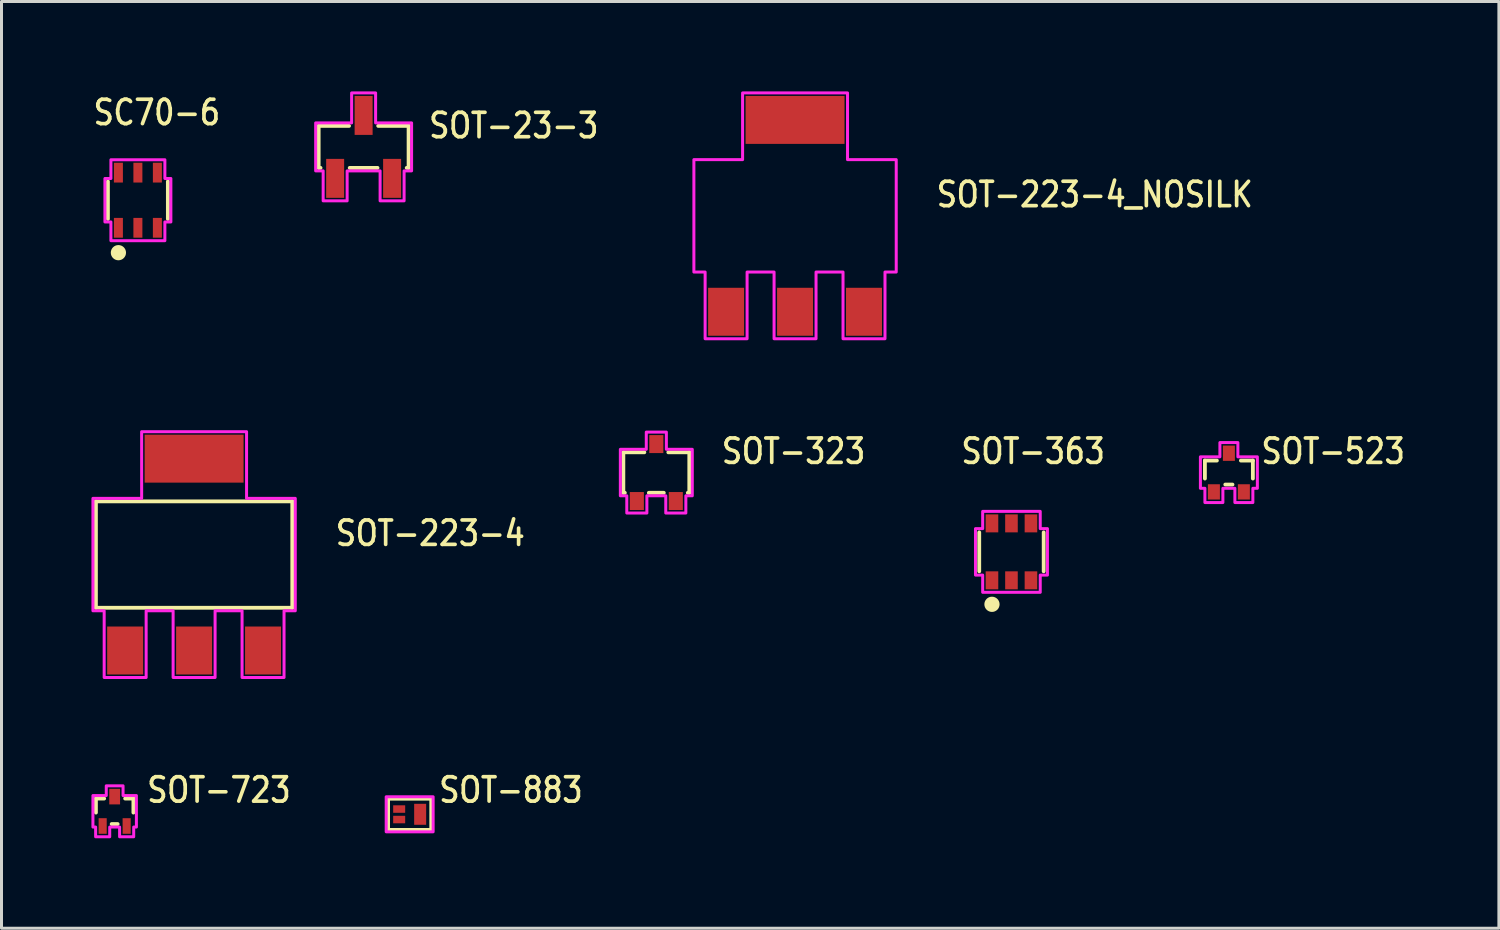
<source format=kicad_pcb>
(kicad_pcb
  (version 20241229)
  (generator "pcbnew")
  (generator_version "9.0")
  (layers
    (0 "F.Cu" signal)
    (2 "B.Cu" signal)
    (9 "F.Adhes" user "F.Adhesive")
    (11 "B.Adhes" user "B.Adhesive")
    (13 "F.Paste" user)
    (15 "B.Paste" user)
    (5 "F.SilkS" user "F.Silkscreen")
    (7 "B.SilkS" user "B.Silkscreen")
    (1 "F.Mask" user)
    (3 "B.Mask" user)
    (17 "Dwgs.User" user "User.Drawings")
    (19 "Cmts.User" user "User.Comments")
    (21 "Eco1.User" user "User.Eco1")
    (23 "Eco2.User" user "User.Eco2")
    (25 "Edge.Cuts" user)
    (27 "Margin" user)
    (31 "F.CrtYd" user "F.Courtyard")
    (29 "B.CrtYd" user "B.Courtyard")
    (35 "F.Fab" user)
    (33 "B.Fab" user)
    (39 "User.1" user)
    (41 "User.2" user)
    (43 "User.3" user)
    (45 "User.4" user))
  (footprint "SOT-323"
    (layer "F.Cu")
    (at 18.844 12.714)
    (property "Reference" "SOT-323" (at 2.115 -0.235 0) (unlocked yes) (layer "F.SilkS") (effects (font (size 0.813 0.695) (thickness 0.122)) (justify left bottom)))
    (fp_line (start -1.1 -0.675) (end -1.1 0.675) (stroke (width 0.127) (type solid)) (layer "F.SilkS"))
    (fp_line (start -1.1 0.675) (end -1.05 0.675) (stroke (width 0.127) (type solid)) (layer "F.SilkS"))
    (fp_line (start -0.4 -0.675) (end -1.1 -0.675) (stroke (width 0.127) (type solid)) (layer "F.SilkS"))
    (fp_line (start -0.25 0.675) (end 0.25 0.675) (stroke (width 0.127) (type solid)) (layer "F.SilkS"))
    (fp_line (start 0.4 -0.675) (end 1.1 -0.675) (stroke (width 0.127) (type solid)) (layer "F.SilkS"))
    (fp_line (start 1.05 0.675) (end 1.1 0.675) (stroke (width 0.127) (type solid)) (layer "F.SilkS"))
    (fp_line (start 1.1 -0.675) (end 1.1 0.675) (stroke (width 0.127) (type solid)) (layer "F.SilkS"))
    (fp_poly (pts (xy -0.335 -0.775) (xy -0.335 -1.35) (xy 0.335 -1.35) (xy 0.335 -0.775) (xy 1.2 -0.775) (xy 1.2 0.775) (xy 0.985 0.775) (xy 0.985 1.35) (xy 0.315 1.35) (xy 0.315 0.775) (xy -0.315 0.775) (xy -0.315 1.35) (xy -0.985 1.35) (xy -0.985 0.775) (xy -1.2 0.775) (xy -1.2 -0.775)) (stroke (width 0.1) (type solid)) (fill no) (layer "F.CrtYd"))
    (pad "1" smd rect (at -0.65 0.95) (size 0.47 0.6) (layers "F.Cu" "F.Mask" "F.Paste"))
    (pad "2" smd rect (at 0.65 0.95) (size 0.47 0.6) (layers "F.Cu" "F.Mask" "F.Paste"))
    (pad "3" smd rect (at 0 -0.95) (size 0.47 0.6) (layers "F.Cu" "F.Mask" "F.Paste")))
  (footprint "SOT-23-3"
    (layer "F.Cu")
    (at 9.08 1.85)
    (property "Reference" "SOT-23-3" (at 2.115 -0.235 0) (unlocked yes) (layer "F.SilkS") (effects (font (size 0.813 0.695) (thickness 0.122)) (justify left bottom)))
    (fp_line (start -1.5 -0.7) (end -1.5 0.7) (stroke (width 0.127) (type solid)) (layer "F.SilkS"))
    (fp_line (start -1.5 0.7) (end -1.437 0.7) (stroke (width 0.127) (type solid)) (layer "F.SilkS"))
    (fp_line (start -0.486 -0.7) (end -1.5 -0.7) (stroke (width 0.127) (type solid)) (layer "F.SilkS"))
    (fp_line (start -0.464 0.7) (end 0.464 0.7) (stroke (width 0.127) (type solid)) (layer "F.SilkS"))
    (fp_line (start 0.486 -0.7) (end 1.5 -0.7) (stroke (width 0.127) (type solid)) (layer "F.SilkS"))
    (fp_line (start 1.437 0.7) (end 1.5 0.7) (stroke (width 0.127) (type solid)) (layer "F.SilkS"))
    (fp_line (start 1.5 -0.7) (end 1.5 0.7) (stroke (width 0.127) (type solid)) (layer "F.SilkS"))
    (fp_poly (pts (xy -0.4 -0.8) (xy -0.4 -1.8) (xy 0.4 -1.8) (xy 0.4 -0.8) (xy 1.6 -0.8) (xy 1.6 0.8) (xy 1.35 0.8) (xy 1.35 1.8) (xy 0.55 1.8) (xy 0.55 0.8) (xy -0.55 0.8) (xy -0.55 1.8) (xy -1.35 1.8) (xy -1.35 0.8) (xy -1.6 0.8) (xy -1.6 -0.8)) (stroke (width 0.1) (type solid)) (fill no) (layer "F.CrtYd"))
    (pad "1" smd rect (at -0.95 1.05) (size 0.6 1.3) (layers "F.Cu" "F.Mask" "F.Paste"))
    (pad "2" smd rect (at 0.95 1.05) (size 0.6 1.3) (layers "F.Cu" "F.Mask" "F.Paste"))
    (pad "3" smd rect (at 0 -1.05) (size 0.6 1.3) (layers "F.Cu" "F.Mask" "F.Paste")))
  (footprint "SOT-723"
    (layer "F.Cu")
    (at 0.775 24.014)
    (property "Reference" "SOT-723" (at 1.015 -0.235 0) (unlocked yes) (layer "F.SilkS") (effects (font (size 0.813 0.695) (thickness 0.122)) (justify left bottom)))
    (fp_line (start -0.625 -0.425) (end -0.625 0.043) (stroke (width 0.127) (type solid)) (layer "F.SilkS"))
    (fp_line (start -0.35 -0.425) (end -0.625 -0.425) (stroke (width 0.127) (type solid)) (layer "F.SilkS"))
    (fp_line (start -0.1 0.425) (end 0.1 0.425) (stroke (width 0.127) (type solid)) (layer "F.SilkS"))
    (fp_line (start 0.35 -0.425) (end 0.625 -0.425) (stroke (width 0.127) (type solid)) (layer "F.SilkS"))
    (fp_line (start 0.625 -0.425) (end 0.625 0.043) (stroke (width 0.127) (type solid)) (layer "F.SilkS"))
    (fp_poly (pts (xy -0.28 -0.525) (xy -0.28 -0.85) (xy 0.28 -0.85) (xy 0.28 -0.525) (xy 0.725 -0.525) (xy 0.725 0.525) (xy 0.635 0.525) (xy 0.635 0.85) (xy 0.165 0.85) (xy 0.165 0.525) (xy -0.165 0.525) (xy -0.165 0.85) (xy -0.635 0.85) (xy -0.635 0.525) (xy -0.725 0.525) (xy -0.725 -0.525)) (stroke (width 0.1) (type solid)) (fill no) (layer "F.CrtYd"))
    (pad "1" smd rect (at -0.4 0.49) (size 0.27 0.52) (layers "F.Cu" "F.Mask" "F.Paste"))
    (pad "2" smd rect (at 0.4 0.49) (size 0.27 0.52) (layers "F.Cu" "F.Mask" "F.Paste"))
    (pad "3" smd rect (at 0 -0.49) (size 0.36 0.52) (layers "F.Cu" "F.Mask" "F.Paste")))
  (footprint "SOT-883"
    (layer "F.Cu")
    (at 10.616 24.114)
    (property "Reference" "SOT-883" (at 0.915 -0.335 0) (unlocked yes) (layer "F.SilkS") (effects (font (size 0.813 0.695) (thickness 0.122)) (justify left bottom)))
    (fp_line (start -0.72 -0.52) (end -0.72 0.52) (stroke (width 0.127) (type solid)) (layer "F.SilkS"))
    (fp_line (start -0.72 0.52) (end 0.72 0.52) (stroke (width 0.127) (type solid)) (layer "F.SilkS"))
    (fp_line (start 0.72 -0.52) (end -0.72 -0.52) (stroke (width 0.127) (type solid)) (layer "F.SilkS"))
    (fp_line (start 0.72 -0.52) (end 0.72 0.52) (stroke (width 0.127) (type solid)) (layer "F.SilkS"))
    (fp_poly (pts (xy 0.783 -0.584) (xy 0.783 0.584) (xy -0.783 0.584) (xy -0.783 -0.584)) (stroke (width 0.1) (type solid)) (fill no) (layer "F.CrtYd"))
    (pad "1" smd rect (at -0.35 -0.175) (size 0.4 0.25) (layers "F.Cu" "F.Mask" "F.Paste"))
    (pad "2" smd rect (at -0.35 0.175) (size 0.4 0.25) (layers "F.Cu" "F.Mask" "F.Paste"))
    (pad "3" smd rect (at 0.35 0) (size 0.4 0.7) (layers "F.Cu" "F.Mask" "F.Paste")))
  (footprint "SOT-223-4"
    (layer "F.Cu")
    (at 3.425 15.45)
    (property "Reference" "SOT-223-4" (at 4.655 -0.235 0) (unlocked yes) (layer "F.SilkS") (effects (font (size 0.813 0.695) (thickness 0.122)) (justify left bottom)))
    (fp_line (start -3.275 -1.775) (end -3.275 1.775) (stroke (width 0.127) (type solid)) (layer "F.SilkS"))
    (fp_line (start -3.275 1.775) (end 3.275 1.775) (stroke (width 0.127) (type solid)) (layer "F.SilkS"))
    (fp_line (start 3.275 -1.775) (end -3.275 -1.775) (stroke (width 0.127) (type solid)) (layer "F.SilkS"))
    (fp_line (start 3.275 -1.775) (end 3.275 1.775) (stroke (width 0.127) (type solid)) (layer "F.SilkS"))
    (fp_poly (pts (xy -1.75 -1.875) (xy -1.75 -4.1) (xy 1.75 -4.1) (xy 1.75 -1.875) (xy 3.375 -1.875) (xy 3.375 1.875) (xy 3 1.875) (xy 3 4.1) (xy 1.6 4.1) (xy 1.6 1.875) (xy 0.7 1.875) (xy 0.7 4.1) (xy -0.7 4.1) (xy -0.7 1.875) (xy -1.6 1.875) (xy -1.6 4.1) (xy -3 4.1) (xy -3 1.875) (xy -3.375 1.875) (xy -3.375 -1.875)) (stroke (width 0.1) (type solid)) (fill no) (layer "F.CrtYd"))
    (pad "1" smd rect (at -2.3 3.2) (size 1.2 1.6) (layers "F.Cu" "F.Mask" "F.Paste"))
    (pad "2" smd rect (at 0 3.2) (size 1.2 1.6) (layers "F.Cu" "F.Mask" "F.Paste"))
    (pad "3" smd rect (at 2.3 3.2) (size 1.2 1.6) (layers "F.Cu" "F.Mask" "F.Paste"))
    (pad "4" smd rect (at 0 -3.2) (size 3.3 1.6) (layers "F.Cu" "F.Mask" "F.Paste")))
  (footprint "SOT-223-4_NOSILK"
    (layer "F.Cu")
    (at 23.472 4.15)
    (property "Reference" "SOT-223-4_NOSILK" (at 4.655 -0.235 0) (unlocked yes) (layer "F.SilkS") (effects (font (size 0.813 0.695) (thickness 0.122)) (justify left bottom)))
    (fp_poly (pts (xy -1.75 -1.875) (xy -1.75 -4.1) (xy 1.75 -4.1) (xy 1.75 -1.875) (xy 3.375 -1.875) (xy 3.375 1.875) (xy 3 1.875) (xy 3 4.1) (xy 1.6 4.1) (xy 1.6 1.875) (xy 0.7 1.875) (xy 0.7 4.1) (xy -0.7 4.1) (xy -0.7 1.875) (xy -1.6 1.875) (xy -1.6 4.1) (xy -3 4.1) (xy -3 1.875) (xy -3.375 1.875) (xy -3.375 -1.875)) (stroke (width 0.1) (type solid)) (fill no) (layer "F.CrtYd"))
    (pad "1" smd rect (at -2.3 3.2) (size 1.2 1.6) (layers "F.Cu" "F.Mask" "F.Paste"))
    (pad "2" smd rect (at 0 3.2) (size 1.2 1.6) (layers "F.Cu" "F.Mask" "F.Paste"))
    (pad "3" smd rect (at 2.3 3.2) (size 1.2 1.6) (layers "F.Cu" "F.Mask" "F.Paste"))
    (pad "4" smd rect (at 0 -3.2) (size 3.3 1.6) (layers "F.Cu" "F.Mask" "F.Paste")))
  (footprint "SOT-363"
    (layer "F.Cu")
    (at 30.691 15.359)
    (property "Reference" "SOT-363" (at -1.74 -2.88 0) (unlocked yes) (layer "F.SilkS") (effects (font (size 0.813 0.695) (thickness 0.122)) (justify left bottom)))
    (fp_line (start -1.075 -0.65) (end -1.075 0.65) (stroke (width 0.127) (type solid)) (layer "F.SilkS"))
    (fp_line (start 1.075 -0.65) (end 1.075 0.65) (stroke (width 0.127) (type solid)) (layer "F.SilkS"))
    (fp_circle (center -0.65 1.75) (end -0.396 1.75) (stroke (width 0) (type solid)) (fill yes) (layer "F.SilkS"))
    (fp_poly (pts (xy 0.96 -0.775) (xy 0.96 -1.35) (xy -0.96 -1.35) (xy -0.96 -0.775) (xy -1.2 -0.775) (xy -1.2 0.775) (xy -0.96 0.775) (xy -0.96 1.35) (xy 0.96 1.35) (xy 0.96 0.775) (xy 1.2 0.775) (xy 1.2 -0.775)) (stroke (width 0.1) (type solid)) (fill no) (layer "F.CrtYd"))
    (pad "1" smd rect (at -0.65 0.95) (size 0.42 0.6) (layers "F.Cu" "F.Mask" "F.Paste"))
    (pad "2" smd rect (at 0 0.95) (size 0.42 0.6) (layers "F.Cu" "F.Mask" "F.Paste"))
    (pad "3" smd rect (at 0.65 0.95) (size 0.42 0.6) (layers "F.Cu" "F.Mask" "F.Paste"))
    (pad "4" smd rect (at 0.65 -0.95) (size 0.42 0.6) (layers "F.Cu" "F.Mask" "F.Paste"))
    (pad "5" smd rect (at 0 -0.95) (size 0.42 0.6) (layers "F.Cu" "F.Mask" "F.Paste"))
    (pad "6" smd rect (at -0.65 -0.95) (size 0.42 0.6) (layers "F.Cu" "F.Mask" "F.Paste")))
  (footprint "SC70-6"
    (layer "F.Cu")
    (at 1.55 3.629)
    (property "Reference" "SC70-6" (at -1.55 -2.45 0) (unlocked yes) (layer "F.SilkS") (effects (font (size 0.813 0.695) (thickness 0.122)) (justify left bottom)))
    (fp_line (start -1 -0.625) (end -1 0.625) (stroke (width 0.127) (type solid)) (layer "F.SilkS"))
    (fp_line (start 1 0.625) (end 1 -0.625) (stroke (width 0.127) (type solid)) (layer "F.SilkS"))
    (fp_circle (center -0.65 1.75) (end -0.396 1.75) (stroke (width 0) (type solid)) (fill yes) (layer "F.SilkS"))
    (fp_poly (pts (xy -0.9 -1.35) (xy 0.9 -1.35) (xy 0.9 -0.725) (xy 1.1 -0.725) (xy 1.1 0.725) (xy 0.9 0.725) (xy 0.9 1.35) (xy -0.9 1.35) (xy -0.9 0.725) (xy -1.1 0.725) (xy -1.1 -0.725) (xy -0.9 -0.725)) (stroke (width 0.1) (type solid)) (fill no) (layer "F.CrtYd"))
    (pad "1" smd rect (at -0.65 0.92) (size 0.3 0.66) (layers "F.Cu" "F.Mask" "F.Paste"))
    (pad "2" smd rect (at 0 0.92) (size 0.3 0.66) (layers "F.Cu" "F.Mask" "F.Paste"))
    (pad "3" smd rect (at 0.65 0.92) (size 0.3 0.66) (layers "F.Cu" "F.Mask" "F.Paste"))
    (pad "4" smd rect (at 0.65 -0.92) (size 0.3 0.66) (layers "F.Cu" "F.Mask" "F.Paste"))
    (pad "5" smd rect (at 0 -0.92) (size 0.3 0.66) (layers "F.Cu" "F.Mask" "F.Paste"))
    (pad "6" smd rect (at -0.65 -0.92) (size 0.3 0.66) (layers "F.Cu" "F.Mask" "F.Paste")))
  (footprint "SOT-523"
    (layer "F.Cu")
    (at 37.944 12.714)
    (property "Reference" "SOT-523" (at 1.015 -0.235 0) (unlocked yes) (layer "F.SilkS") (effects (font (size 0.813 0.695) (thickness 0.122)) (justify left bottom)))
    (fp_line (start -0.8 -0.4) (end -0.8 0.2) (stroke (width 0.127) (type solid)) (layer "F.SilkS"))
    (fp_line (start -0.4 -0.4) (end -0.8 -0.4) (stroke (width 0.127) (type solid)) (layer "F.SilkS"))
    (fp_line (start -0.12 0.4) (end 0.12 0.4) (stroke (width 0.127) (type solid)) (layer "F.SilkS"))
    (fp_line (start 0.4 -0.4) (end 0.8 -0.4) (stroke (width 0.127) (type solid)) (layer "F.SilkS"))
    (fp_line (start 0.8 -0.4) (end 0.8 0.2) (stroke (width 0.127) (type solid)) (layer "F.SilkS"))
    (fp_poly (pts (xy -0.3 -0.525) (xy -0.3 -1) (xy 0.3 -1) (xy 0.3 -0.525) (xy 0.95 -0.525) (xy 0.95 0.525) (xy 0.8 0.525) (xy 0.8 1) (xy 0.2 1) (xy 0.2 0.525) (xy -0.2 0.525) (xy -0.2 1) (xy -0.8 1) (xy -0.8 0.525) (xy -0.95 0.525) (xy -0.95 -0.525)) (stroke (width 0.1) (type solid)) (fill no) (layer "F.CrtYd"))
    (pad "1" smd rect (at -0.5 0.645) (size 0.4 0.51) (layers "F.Cu" "F.Mask" "F.Paste"))
    (pad "2" smd rect (at 0.5 0.645) (size 0.4 0.51) (layers "F.Cu" "F.Mask" "F.Paste"))
    (pad "3" smd rect (at 0 -0.645) (size 0.4 0.51) (layers "F.Cu" "F.Mask" "F.Paste")))
  (gr_rect
    (start -3 -3)
    (end 46.951 27.914)
    (stroke (width 0.1) (type default))
    (fill no)
    (layer "Edge.Cuts")))
</source>
